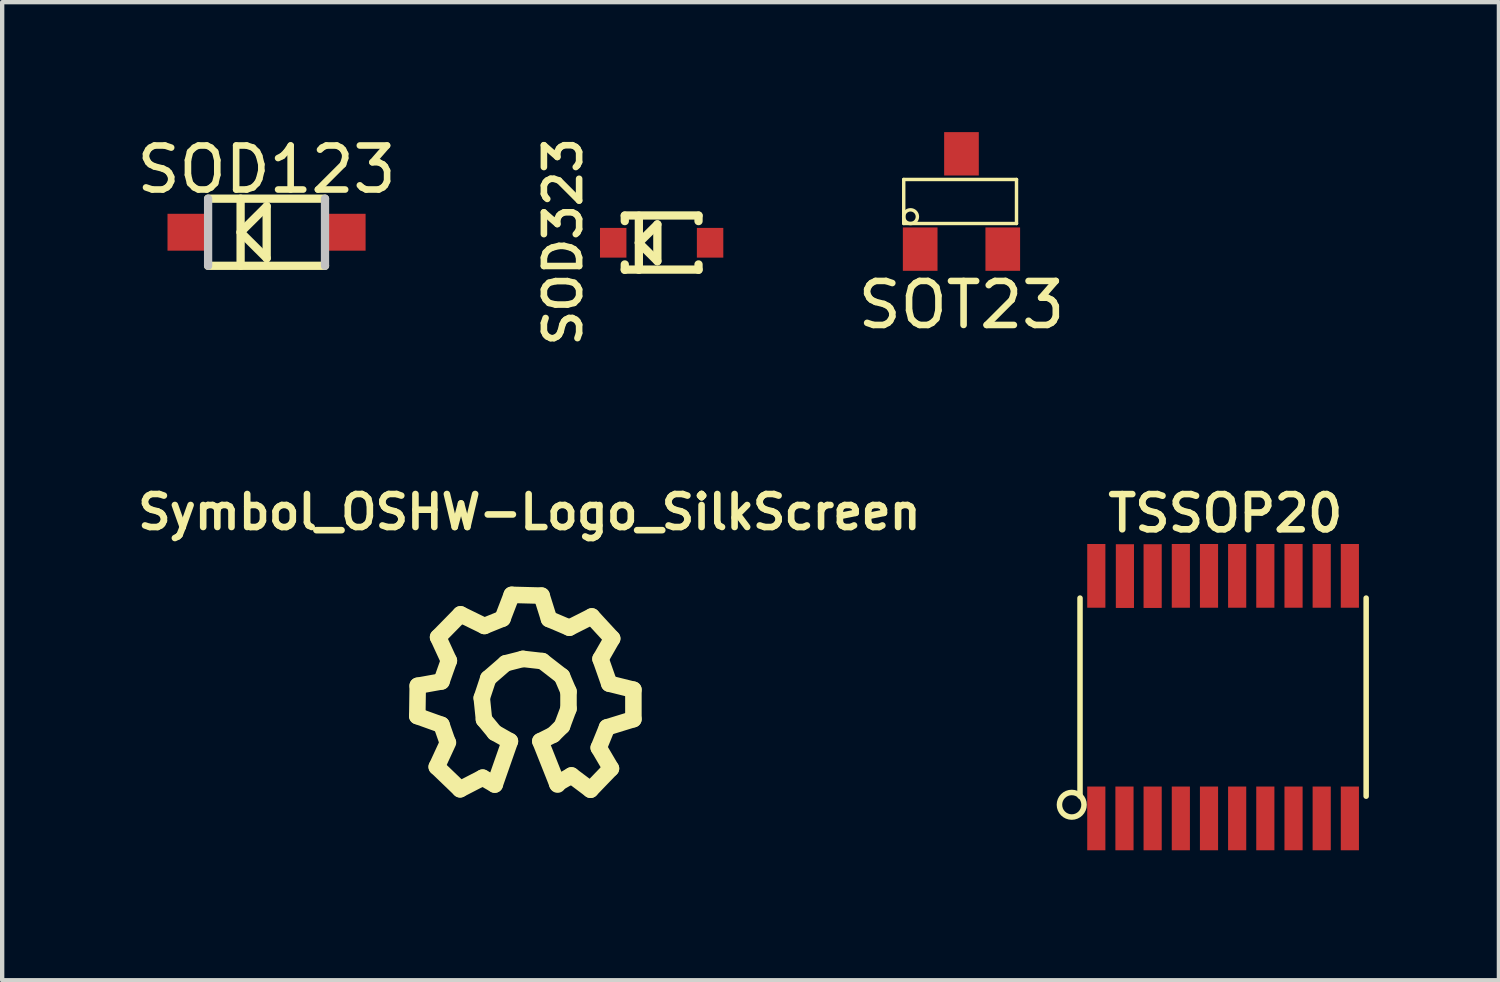
<source format=kicad_pcb>
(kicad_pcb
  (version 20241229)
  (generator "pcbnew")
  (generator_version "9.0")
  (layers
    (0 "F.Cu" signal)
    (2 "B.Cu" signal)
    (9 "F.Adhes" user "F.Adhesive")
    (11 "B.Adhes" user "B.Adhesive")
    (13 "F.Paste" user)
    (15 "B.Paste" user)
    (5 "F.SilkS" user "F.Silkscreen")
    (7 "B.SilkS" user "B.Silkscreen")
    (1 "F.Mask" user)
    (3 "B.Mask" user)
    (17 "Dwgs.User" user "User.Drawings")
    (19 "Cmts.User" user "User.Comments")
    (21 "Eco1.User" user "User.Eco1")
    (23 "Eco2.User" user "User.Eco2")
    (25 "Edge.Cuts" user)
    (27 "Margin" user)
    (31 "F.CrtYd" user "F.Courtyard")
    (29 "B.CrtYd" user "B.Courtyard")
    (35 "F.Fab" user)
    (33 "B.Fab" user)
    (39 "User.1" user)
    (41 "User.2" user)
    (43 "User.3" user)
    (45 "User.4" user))
  (footprint "SOT23"
    (layer "F.Cu")
    (at 19.141 1.6)
    (property "Reference" "SOT23" (at 0 2.388 0) (layer "F.SilkS") (effects (font (size 1.016 1.016) (thickness 0.152))))
    (attr through_hole)
    (fp_line (start -1.333 -0.508) (end -1.333 0.508) (stroke (width 0.079) (type solid)) (layer "F.SilkS"))
    (fp_line (start -1.333 -0.508) (end 1.27 -0.508) (stroke (width 0.079) (type solid)) (layer "F.SilkS"))
    (fp_line (start 1.27 -0.508) (end 1.27 0.508) (stroke (width 0.079) (type solid)) (layer "F.SilkS"))
    (fp_line (start 1.27 0.508) (end -1.333 0.508) (stroke (width 0.079) (type solid)) (layer "F.SilkS"))
    (fp_circle (center -1.176 0.351) (end -1.3 0.45) (stroke (width 0.079) (type solid)) (fill no) (layer "F.SilkS"))
    (pad "1" smd rect (at -0.953 1.1) (size 0.8 1.001) (layers "F.Cu" "F.Mask" "F.Paste"))
    (pad "2" smd rect (at 0.953 1.1) (size 0.8 1.001) (layers "F.Cu" "F.Mask" "F.Paste"))
    (pad "3" smd rect (at 0 -1.1) (size 0.8 1.001) (layers "F.Cu" "F.Mask" "F.Paste")))
  (footprint "SOD123"
    (layer "F.Cu")
    (at 3.102 2.31)
    (property "Reference" "SOD123" (at 0 -1.448 180) (layer "F.SilkS") (effects (font (size 1.016 1.016) (thickness 0.152))))
    (attr through_hole)
    (fp_line (start -1.349 -0.775) (end 1.349 -0.775) (stroke (width 0.191) (type solid)) (layer "F.SilkS"))
    (fp_line (start -0.599 -0.775) (end -0.599 0.775) (stroke (width 0.191) (type solid)) (layer "F.SilkS"))
    (fp_line (start -0.599 0) (end 0.003 -0.599) (stroke (width 0.191) (type solid)) (layer "F.SilkS"))
    (fp_line (start 0.003 -0.599) (end 0.003 0.599) (stroke (width 0.191) (type solid)) (layer "F.SilkS"))
    (fp_line (start 0.003 0.599) (end -0.599 0) (stroke (width 0.191) (type solid)) (layer "F.SilkS"))
    (fp_line (start 1.349 0.775) (end -1.349 0.775) (stroke (width 0.191) (type solid)) (layer "F.SilkS"))
    (fp_line (start -1.349 -0.775) (end -1.349 0.775) (stroke (width 0.191) (type solid)) (layer "Dwgs.User"))
    (fp_line (start 1.349 -0.775) (end 1.349 0.775) (stroke (width 0.191) (type solid)) (layer "Dwgs.User"))
    (pad "1" smd rect (at 1.778 0) (size 1.016 0.851) (layers "F.Cu" "F.Mask" "F.Paste"))
    (pad "2" smd rect (at -1.778 0) (size 1.016 0.851) (layers "F.Cu" "F.Mask" "F.Paste")))
  (footprint "TSSOP20"
    (layer "F.Cu")
    (at 25.179 13.04)
    (property "Reference" "TSSOP20" (at 0.053 -4.242 0) (layer "F.SilkS") (effects (font (size 0.813 0.813) (thickness 0.152))))
    (attr smd)
    (fp_line (start -3.302 -2.286) (end -3.302 2.286) (stroke (width 0.127) (type solid)) (layer "F.SilkS"))
    (fp_line (start 3.302 2.286) (end 3.302 -2.286) (stroke (width 0.127) (type solid)) (layer "F.SilkS"))
    (fp_circle (center -3.493 2.484) (end -3.62 2.738) (stroke (width 0.127) (type solid)) (fill no) (layer "F.SilkS"))
    (pad "1" smd rect (at -2.926 2.799) (size 0.419 1.471) (layers "F.Cu" "F.Mask" "F.Paste"))
    (pad "2" smd rect (at -2.276 2.799) (size 0.419 1.471) (layers "F.Cu" "F.Mask" "F.Paste"))
    (pad "3" smd rect (at -1.626 2.799) (size 0.419 1.471) (layers "F.Cu" "F.Mask" "F.Paste"))
    (pad "4" smd rect (at -0.975 2.799) (size 0.419 1.471) (layers "F.Cu" "F.Mask" "F.Paste"))
    (pad "5" smd rect (at -0.325 2.799) (size 0.419 1.471) (layers "F.Cu" "F.Mask" "F.Paste"))
    (pad "6" smd rect (at 0.325 2.799) (size 0.419 1.471) (layers "F.Cu" "F.Mask" "F.Paste"))
    (pad "7" smd rect (at 0.975 2.799) (size 0.419 1.471) (layers "F.Cu" "F.Mask" "F.Paste"))
    (pad "8" smd rect (at 1.626 2.799) (size 0.419 1.471) (layers "F.Cu" "F.Mask" "F.Paste"))
    (pad "9" smd rect (at 2.276 2.799) (size 0.419 1.471) (layers "F.Cu" "F.Mask" "F.Paste"))
    (pad "10" smd rect (at 2.926 2.799) (size 0.419 1.471) (layers "F.Cu" "F.Mask" "F.Paste"))
    (pad "11" smd rect (at 2.926 -2.799) (size 0.419 1.471) (layers "F.Cu" "F.Mask" "F.Paste"))
    (pad "12" smd rect (at 2.276 -2.799) (size 0.419 1.471) (layers "F.Cu" "F.Mask" "F.Paste"))
    (pad "13" smd rect (at 1.626 -2.799) (size 0.419 1.471) (layers "F.Cu" "F.Mask" "F.Paste"))
    (pad "14" smd rect (at 0.975 -2.799) (size 0.419 1.471) (layers "F.Cu" "F.Mask" "F.Paste"))
    (pad "15" smd rect (at 0.325 -2.799) (size 0.419 1.471) (layers "F.Cu" "F.Mask" "F.Paste"))
    (pad "16" smd rect (at -0.325 -2.799) (size 0.419 1.471) (layers "F.Cu" "F.Mask" "F.Paste"))
    (pad "17" smd rect (at -0.975 -2.799) (size 0.419 1.471) (layers "F.Cu" "F.Mask" "F.Paste"))
    (pad "18" smd rect (at -1.626 -2.794) (size 0.419 1.471) (layers "F.Cu" "F.Mask" "F.Paste"))
    (pad "19" smd rect (at -2.266 -2.794) (size 0.419 1.471) (layers "F.Cu" "F.Mask" "F.Paste"))
    (pad "20" smd rect (at -2.926 -2.799) (size 0.419 1.471) (layers "F.Cu" "F.Mask" "F.Paste")))
  (footprint "SOD323"
    (layer "F.Cu")
    (at 12.221 2.553)
    (property "Reference" "SOD323" (at -2.273 -0.025 90) (layer "F.SilkS") (effects (font (size 0.813 0.813) (thickness 0.152))))
    (attr through_hole)
    (fp_line (start -0.851 -0.63) (end 0.851 -0.63) (stroke (width 0.191) (type solid)) (layer "F.SilkS"))
    (fp_line (start -0.851 -0.625) (end -0.851 -0.5) (stroke (width 0.191) (type solid)) (layer "F.SilkS"))
    (fp_line (start -0.851 0.62) (end 0.851 0.62) (stroke (width 0.191) (type solid)) (layer "F.SilkS"))
    (fp_line (start -0.851 0.625) (end -0.851 0.5) (stroke (width 0.191) (type solid)) (layer "F.SilkS"))
    (fp_line (start -0.526 -0.625) (end -0.526 0.625) (stroke (width 0.191) (type solid)) (layer "F.SilkS"))
    (fp_line (start -0.526 0) (end -0.099 -0.424) (stroke (width 0.191) (type solid)) (layer "F.SilkS"))
    (fp_line (start -0.099 -0.424) (end -0.099 0.424) (stroke (width 0.191) (type solid)) (layer "F.SilkS"))
    (fp_line (start -0.099 0.424) (end -0.526 0) (stroke (width 0.191) (type solid)) (layer "F.SilkS"))
    (fp_line (start 0.851 -0.625) (end 0.851 -0.5) (stroke (width 0.191) (type solid)) (layer "F.SilkS"))
    (fp_line (start 0.851 0.625) (end 0.851 0.5) (stroke (width 0.191) (type solid)) (layer "F.SilkS"))
    (pad "1" smd rect (at 1.118 0) (size 0.61 0.686) (layers "F.Cu" "F.Mask" "F.Paste"))
    (pad "2" smd rect (at -1.118 0) (size 0.61 0.686) (layers "F.Cu" "F.Mask" "F.Paste")))
  (footprint "Symbol_OSHW-Logo_SilkScreen"
    (layer "F.Cu")
    (at 9.07 13.158)
    (property "Reference" "Symbol_OSHW-Logo_SilkScreen" (at 0.099 -4.389 0) (layer "F.SilkS") (effects (font (size 0.762 0.762) (thickness 0.152))))
    (attr through_hole)
    (fp_line (start -2.489 0.32) (end -1.93 0.521) (stroke (width 0.381) (type solid)) (layer "F.SilkS"))
    (fp_line (start -2.479 -0.381) (end -2.489 0.32) (stroke (width 0.381) (type solid)) (layer "F.SilkS"))
    (fp_line (start -2.04 1.491) (end -1.501 2.009) (stroke (width 0.381) (type solid)) (layer "F.SilkS"))
    (fp_line (start -2.009 -1.501) (end -1.76 -0.96) (stroke (width 0.381) (type solid)) (layer "F.SilkS"))
    (fp_line (start -1.93 -0.48) (end -2.479 -0.381) (stroke (width 0.381) (type solid)) (layer "F.SilkS"))
    (fp_line (start -1.93 0.521) (end -1.791 0.919) (stroke (width 0.381) (type solid)) (layer "F.SilkS"))
    (fp_line (start -1.781 0.93) (end -2.04 1.491) (stroke (width 0.381) (type solid)) (layer "F.SilkS"))
    (fp_line (start -1.76 -0.96) (end -1.93 -0.48) (stroke (width 0.381) (type solid)) (layer "F.SilkS"))
    (fp_line (start -1.501 2.009) (end -0.98 1.74) (stroke (width 0.381) (type solid)) (layer "F.SilkS"))
    (fp_line (start -1.491 -2.029) (end -2.009 -1.501) (stroke (width 0.381) (type solid)) (layer "F.SilkS"))
    (fp_line (start -1.001 -0.099) (end -0.95 0.399) (stroke (width 0.381) (type solid)) (layer "F.SilkS"))
    (fp_line (start -0.98 1.74) (end -0.701 1.9) (stroke (width 0.381) (type solid)) (layer "F.SilkS"))
    (fp_line (start -0.95 0.399) (end -0.701 0.701) (stroke (width 0.381) (type solid)) (layer "F.SilkS"))
    (fp_line (start -0.94 -1.76) (end -1.491 -2.029) (stroke (width 0.381) (type solid)) (layer "F.SilkS"))
    (fp_line (start -0.851 -0.551) (end -1.001 -0.099) (stroke (width 0.381) (type solid)) (layer "F.SilkS"))
    (fp_line (start -0.701 0.701) (end -0.351 0.899) (stroke (width 0.381) (type solid)) (layer "F.SilkS"))
    (fp_line (start -0.521 -1.93) (end -0.94 -1.76) (stroke (width 0.381) (type solid)) (layer "F.SilkS"))
    (fp_line (start -0.45 -0.899) (end -0.851 -0.551) (stroke (width 0.381) (type solid)) (layer "F.SilkS"))
    (fp_line (start -0.351 0.899) (end -0.701 1.9) (stroke (width 0.381) (type solid)) (layer "F.SilkS"))
    (fp_line (start -0.31 -2.479) (end -0.521 -1.93) (stroke (width 0.381) (type solid)) (layer "F.SilkS"))
    (fp_line (start -0.051 -1.001) (end -0.45 -0.899) (stroke (width 0.381) (type solid)) (layer "F.SilkS"))
    (fp_line (start 0.351 0.899) (end 0.65 0.749) (stroke (width 0.381) (type solid)) (layer "F.SilkS"))
    (fp_line (start 0.351 0.899) (end 0.749 1.9) (stroke (width 0.381) (type solid)) (layer "F.SilkS"))
    (fp_line (start 0.381 -2.461) (end -0.31 -2.479) (stroke (width 0.381) (type solid)) (layer "F.SilkS"))
    (fp_line (start 0.399 -0.95) (end -0.051 -1.001) (stroke (width 0.381) (type solid)) (layer "F.SilkS"))
    (fp_line (start 0.551 -1.92) (end 0.381 -2.461) (stroke (width 0.381) (type solid)) (layer "F.SilkS"))
    (fp_line (start 0.65 0.749) (end 0.851 0.551) (stroke (width 0.381) (type solid)) (layer "F.SilkS"))
    (fp_line (start 0.739 1.88) (end 1.069 1.689) (stroke (width 0.381) (type solid)) (layer "F.SilkS"))
    (fp_line (start 0.851 -0.599) (end 0.399 -0.95) (stroke (width 0.381) (type solid)) (layer "F.SilkS"))
    (fp_line (start 0.851 0.551) (end 1.001 0.15) (stroke (width 0.381) (type solid)) (layer "F.SilkS"))
    (fp_line (start 1.001 -0.249) (end 0.851 -0.599) (stroke (width 0.381) (type solid)) (layer "F.SilkS"))
    (fp_line (start 1.001 0.15) (end 1.001 -0.249) (stroke (width 0.381) (type solid)) (layer "F.SilkS"))
    (fp_line (start 1.021 -1.72) (end 0.551 -1.92) (stroke (width 0.381) (type solid)) (layer "F.SilkS"))
    (fp_line (start 1.069 1.689) (end 1.509 2.019) (stroke (width 0.381) (type solid)) (layer "F.SilkS"))
    (fp_line (start 1.509 2.019) (end 1.981 1.529) (stroke (width 0.381) (type solid)) (layer "F.SilkS"))
    (fp_line (start 1.539 -1.981) (end 1.021 -1.72) (stroke (width 0.381) (type solid)) (layer "F.SilkS"))
    (fp_line (start 1.699 1.049) (end 1.89 0.579) (stroke (width 0.381) (type solid)) (layer "F.SilkS"))
    (fp_line (start 1.74 -1.001) (end 2.009 -1.471) (stroke (width 0.381) (type solid)) (layer "F.SilkS"))
    (fp_line (start 1.89 0.579) (end 2.499 0.391) (stroke (width 0.381) (type solid)) (layer "F.SilkS"))
    (fp_line (start 1.941 -0.429) (end 1.74 -1.001) (stroke (width 0.381) (type solid)) (layer "F.SilkS"))
    (fp_line (start 1.981 1.529) (end 1.699 1.049) (stroke (width 0.381) (type solid)) (layer "F.SilkS"))
    (fp_line (start 2.009 -1.471) (end 1.539 -1.981) (stroke (width 0.381) (type solid)) (layer "F.SilkS"))
    (fp_line (start 2.499 -0.29) (end 1.941 -0.429) (stroke (width 0.381) (type solid)) (layer "F.SilkS"))
    (fp_line (start 2.499 0.391) (end 2.499 -0.29) (stroke (width 0.381) (type solid)) (layer "F.SilkS")))
  (gr_rect
    (start -3 -3)
    (end 31.545 19.574)
    (stroke (width 0.1) (type default))
    (fill no)
    (layer "Edge.Cuts")))
</source>
